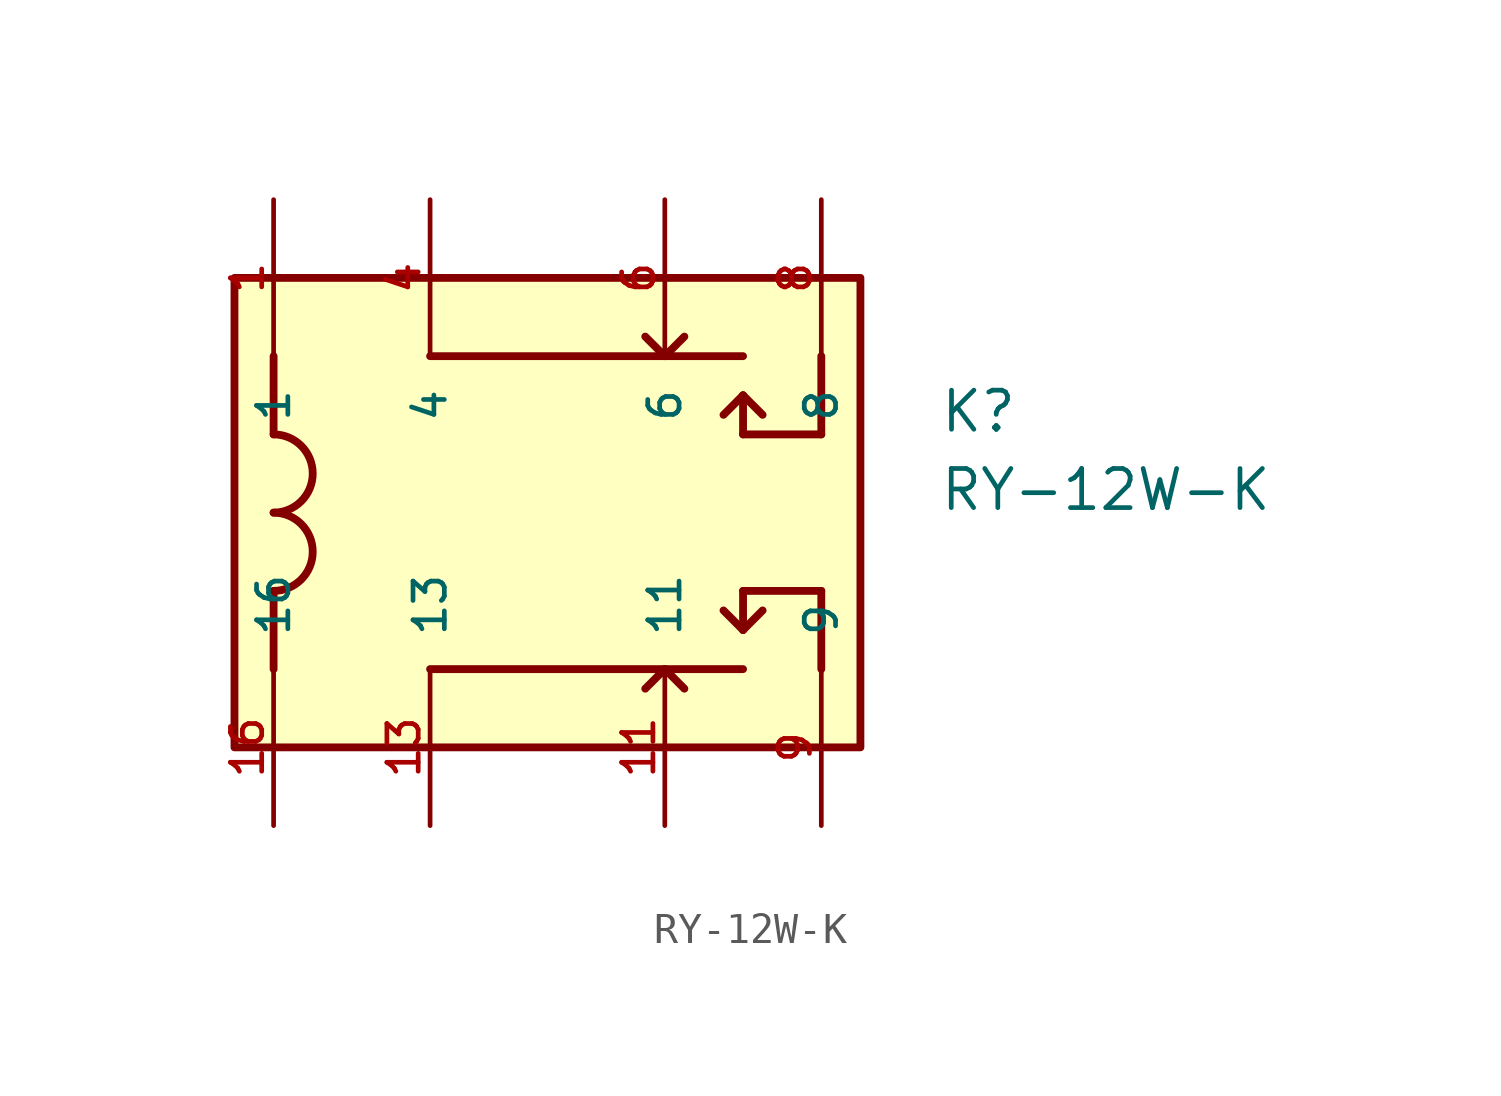
<source format=kicad_sym>
(kicad_symbol_lib
  (version 20211014)
  (generator kicad_symbol_editor)
  (symbol "RY-12W-K"
    (pin_names
      (offset 1.016))
    (property "Reference" "K"
      (at 12.715 2.543 0)
      (effects (font (size 1.27 1.27)) (justify bottom left)))
    (property "Value" "RY-12W-K"
      (at 12.706 0.0 0)
      (effects (font (size 1.27 1.27)) (justify bottom left)))
    (symbol "RY-12W-K_0_0"
      (polyline (pts (xy -3.81 -5.08) (xy 3.81 -5.08)) (stroke (width 0.254)))
      (polyline (pts (xy 3.81 -5.08) (xy 6.35 -5.08)) (stroke (width 0.254)))
      (polyline (pts (xy -3.81 5.08) (xy 3.81 5.08)) (stroke (width 0.254)))
      (polyline (pts (xy 3.81 5.08) (xy 6.35 5.08)) (stroke (width 0.254)))
      (polyline (pts (xy 6.35 2.54) (xy 8.89 2.54)) (stroke (width 0.254)))
      (polyline (pts (xy 8.89 2.54) (xy 8.89 5.08)) (stroke (width 0.254)))
      (polyline (pts (xy 8.89 -5.08) (xy 8.89 -2.54)) (stroke (width 0.254)))
      (polyline (pts (xy 8.89 -2.54) (xy 6.35 -2.54)) (stroke (width 0.254)))
      (polyline (pts (xy -8.89 5.08) (xy -8.89 2.54)) (stroke (width 0.254)))
      (polyline (pts (xy -8.89 -2.54) (xy -8.89 -5.08)) (stroke (width 0.254)))
      (arc (start -8.89 0.0) (mid -7.62 1.27) (end -8.89 2.54) (stroke (width 0.254) (type default) (color 0 0 0 0)) (fill (type none)))
      (arc (start -8.89 -2.54) (mid -7.62 -1.27) (end -8.89 0.0) (stroke (width 0.254) (type default) (color 0 0 0 0)) (fill (type none)))
      (polyline (pts (xy 6.35 3.81) (xy 6.35 2.54)) (stroke (width 0.254)))
      (polyline (pts (xy 6.35 -2.54) (xy 6.35 -3.81)) (stroke (width 0.254)))
      (polyline (pts (xy 6.35 -3.81) (xy 6.985 -3.175)) (stroke (width 0.254)))
      (polyline (pts (xy 6.35 -3.81) (xy 5.715 -3.175)) (stroke (width 0.254)))
      (polyline (pts (xy 3.81 -5.08) (xy 3.175 -5.715)) (stroke (width 0.254)))
      (polyline (pts (xy 3.81 -5.08) (xy 4.445 -5.715)) (stroke (width 0.254)))
      (polyline (pts (xy 6.35 3.81) (xy 5.715 3.175)) (stroke (width 0.254)))
      (polyline (pts (xy 6.35 3.81) (xy 6.985 3.175)) (stroke (width 0.254)))
      (polyline (pts (xy 3.81 5.08) (xy 3.175 5.715)) (stroke (width 0.254)))
      (polyline (pts (xy 3.81 5.08) (xy 4.445 5.715)) (stroke (width 0.254)))
      (rectangle (start -10.16 -7.62) (end 10.16 7.62) (stroke (width 0.254)) (fill (type background)))
      (pin passive line (at -8.89 10.16 270.0) (length 5.08) (name "1" (effects (font (size 1.016 1.016)))) (number "1" (effects (font (size 1.016 1.016)))))
      (pin passive line (at -8.89 -10.16 90.0) (length 5.08) (name "16" (effects (font (size 1.016 1.016)))) (number "16" (effects (font (size 1.016 1.016)))))
      (pin passive line (at -3.81 10.16 270.0) (length 5.08) (name "4" (effects (font (size 1.016 1.016)))) (number "4" (effects (font (size 1.016 1.016)))))
      (pin passive line (at 3.81 10.16 270.0) (length 5.08) (name "6" (effects (font (size 1.016 1.016)))) (number "6" (effects (font (size 1.016 1.016)))))
      (pin passive line (at 8.89 10.16 270.0) (length 5.08) (name "8" (effects (font (size 1.016 1.016)))) (number "8" (effects (font (size 1.016 1.016)))))
      (pin passive line (at -3.81 -10.16 90.0) (length 5.08) (name "13" (effects (font (size 1.016 1.016)))) (number "13" (effects (font (size 1.016 1.016)))))
      (pin passive line (at 3.81 -10.16 90.0) (length 5.08) (name "11" (effects (font (size 1.016 1.016)))) (number "11" (effects (font (size 1.016 1.016)))))
      (pin passive line (at 8.89 -10.16 90.0) (length 5.08) (name "9" (effects (font (size 1.016 1.016)))) (number "9" (effects (font (size 1.016 1.016))))))))
</source>
